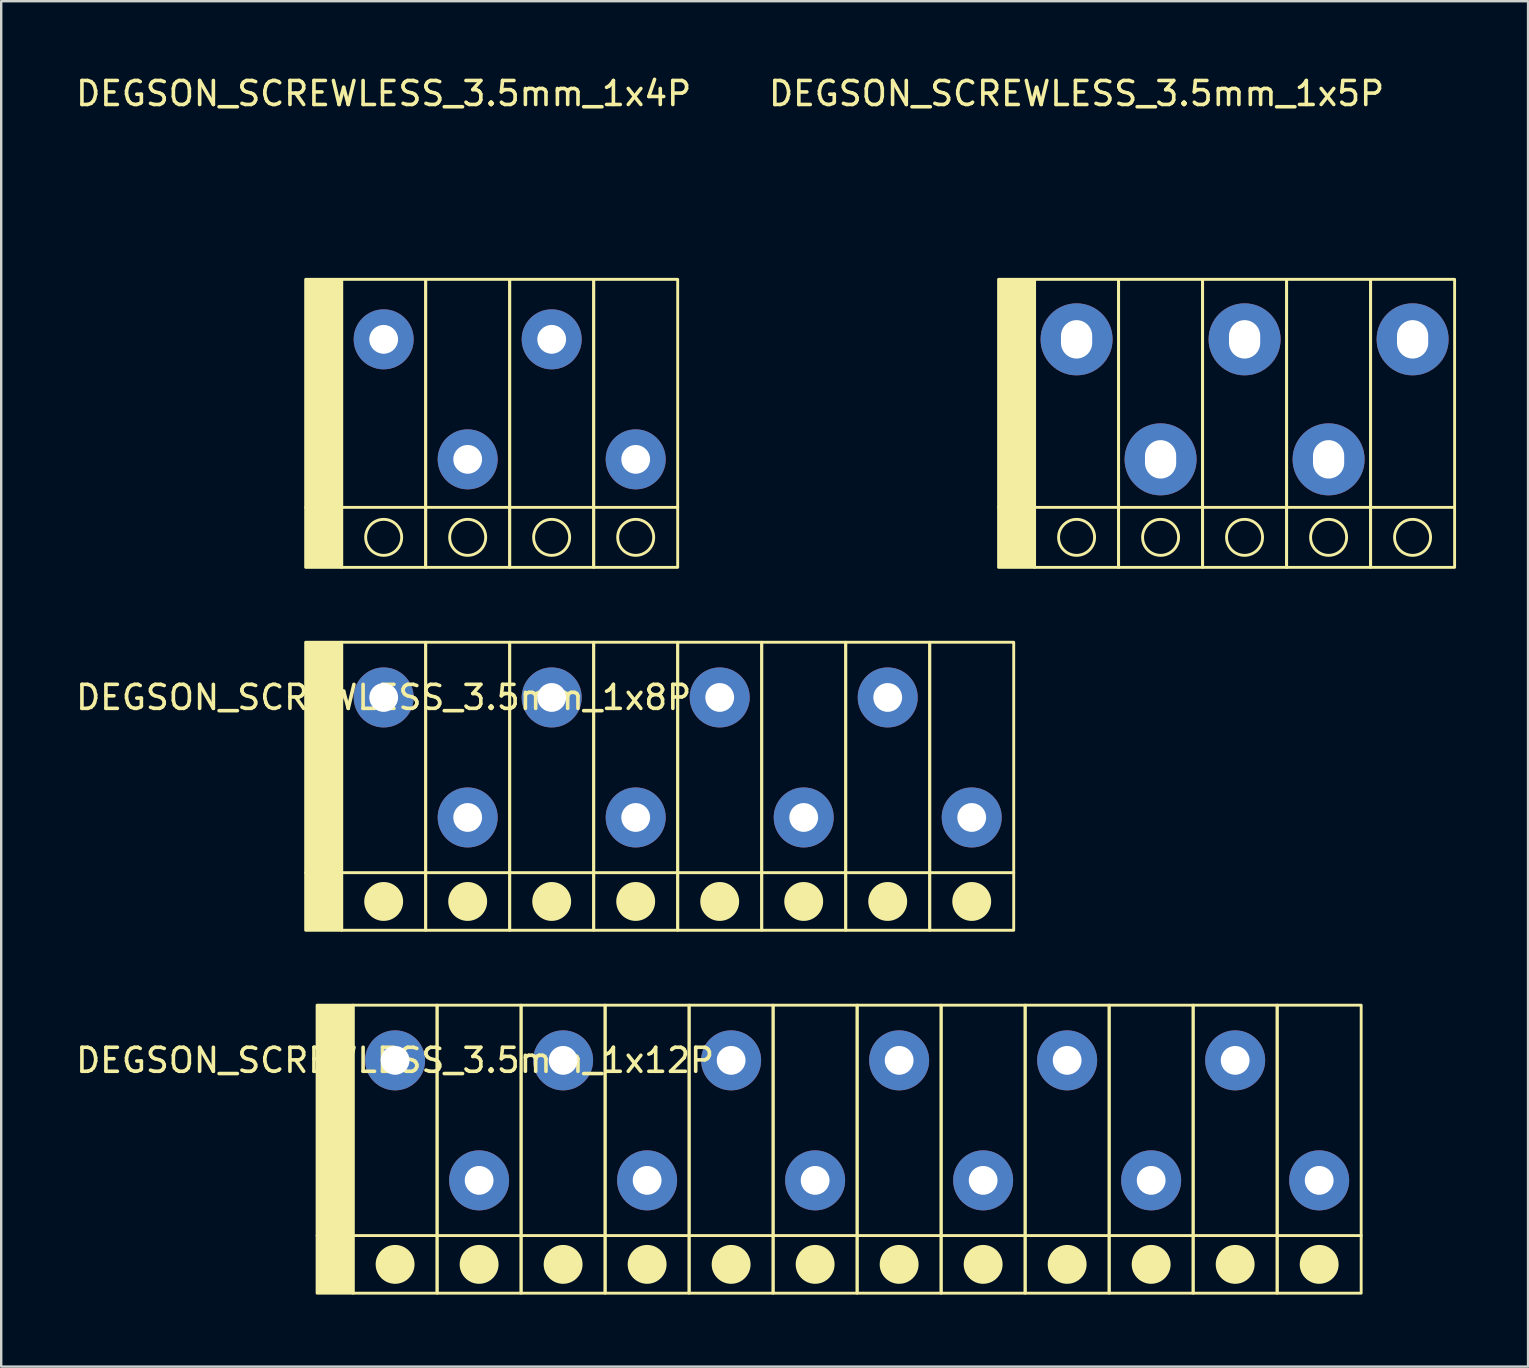
<source format=kicad_pcb>
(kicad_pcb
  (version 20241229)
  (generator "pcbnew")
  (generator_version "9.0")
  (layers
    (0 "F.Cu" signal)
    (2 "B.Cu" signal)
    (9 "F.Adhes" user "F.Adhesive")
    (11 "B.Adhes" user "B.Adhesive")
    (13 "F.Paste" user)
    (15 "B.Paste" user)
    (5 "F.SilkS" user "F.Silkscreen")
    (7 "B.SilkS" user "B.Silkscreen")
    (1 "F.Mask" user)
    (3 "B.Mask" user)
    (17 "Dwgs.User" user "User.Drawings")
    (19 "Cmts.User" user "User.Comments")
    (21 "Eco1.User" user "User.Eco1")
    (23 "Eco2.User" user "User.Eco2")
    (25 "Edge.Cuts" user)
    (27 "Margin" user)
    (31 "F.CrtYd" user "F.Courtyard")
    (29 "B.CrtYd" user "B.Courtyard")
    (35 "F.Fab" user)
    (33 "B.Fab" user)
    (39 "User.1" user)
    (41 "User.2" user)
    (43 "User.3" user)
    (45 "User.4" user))
  (footprint "DEGSON_SCREWLESS_3.5mm_1x4P"
    (layer "F.Cu")
    (at 12.935 16.088)
    (property "Reference" "DEGSON_SCREWLESS_3.5mm_1x4P" (at 0 -15.24 0) (unlocked yes) (layer "F.SilkS") (effects (font (size 1 1) (thickness 0.15))))
    (attr through_hole)
    (fp_line (start -3.25 2) (end 12.25 2) (stroke (width 0.12) (type solid)) (layer "F.SilkS"))
    (fp_rect (start -1.75 -7.5) (end -3.25 4.5) (stroke (width 0.12) (type solid)) (fill yes) (layer "F.SilkS"))
    (fp_rect (start -1.75 4.5) (end 1.75 -7.5) (stroke (width 0.12) (type solid)) (fill no) (layer "F.SilkS"))
    (fp_rect (start 5.25 -7.5) (end 1.75 4.5) (stroke (width 0.12) (type solid)) (fill no) (layer "F.SilkS"))
    (fp_rect (start 8.75 -7.5) (end 5.25 4.5) (stroke (width 0.12) (type solid)) (fill no) (layer "F.SilkS"))
    (fp_rect (start 12.25 -7.5) (end 8.75 4.5) (stroke (width 0.12) (type solid)) (fill no) (layer "F.SilkS"))
    (fp_circle (center 0 3.25) (end 0.75 3.25) (stroke (width 0.12) (type solid)) (fill no) (layer "F.SilkS"))
    (fp_circle (center 3.5 3.25) (end 4.25 3.25) (stroke (width 0.12) (type solid)) (fill no) (layer "F.SilkS"))
    (fp_circle (center 6.998 3.25) (end 7.748 3.25) (stroke (width 0.12) (type solid)) (fill no) (layer "F.SilkS"))
    (fp_circle (center 10.5 3.25) (end 11.25 3.25) (stroke (width 0.12) (type solid)) (fill no) (layer "F.SilkS"))
    (pad "1" thru_hole circle (at 0 -5 90) (size 2.5 2.5) (drill oval 1.2) (layers "*.Cu" "*.Mask"))
    (pad "2" thru_hole circle (at 3.5 0 90) (size 2.5 2.5) (drill oval 1.2) (layers "*.Cu" "*.Mask"))
    (pad "3" thru_hole circle (at 7 -5 90) (size 2.5 2.5) (drill oval 1.2) (layers "*.Cu" "*.Mask"))
    (pad "4" thru_hole circle (at 10.5 0 90) (size 2.5 2.5) (drill oval 1.2) (layers "*.Cu" "*.Mask")))
  (footprint "DEGSON_SCREWLESS_3.5mm_1x5P"
    (layer "F.Cu")
    (at 41.804 16.088)
    (property "Reference" "DEGSON_SCREWLESS_3.5mm_1x5P" (at 0 -15.24 0) (unlocked yes) (layer "F.SilkS") (effects (font (size 1 1) (thickness 0.15))))
    (attr through_hole)
    (fp_line (start -3.25 2) (end 15.75 2) (stroke (width 0.12) (type solid)) (layer "F.SilkS"))
    (fp_rect (start -1.75 -7.5) (end -3.25 4.5) (stroke (width 0.12) (type solid)) (fill yes) (layer "F.SilkS"))
    (fp_rect (start -1.75 4.5) (end 1.75 -7.5) (stroke (width 0.12) (type solid)) (fill no) (layer "F.SilkS"))
    (fp_rect (start 5.25 -7.5) (end 1.75 4.5) (stroke (width 0.12) (type solid)) (fill no) (layer "F.SilkS"))
    (fp_rect (start 8.75 -7.5) (end 5.25 4.5) (stroke (width 0.12) (type solid)) (fill no) (layer "F.SilkS"))
    (fp_rect (start 12.25 -7.5) (end 8.75 4.5) (stroke (width 0.12) (type solid)) (fill no) (layer "F.SilkS"))
    (fp_rect (start 15.75 -7.5) (end 12.25 4.5) (stroke (width 0.12) (type solid)) (fill no) (layer "F.SilkS"))
    (fp_circle (center 0 3.25) (end 0.75 3.25) (stroke (width 0.12) (type solid)) (fill no) (layer "F.SilkS"))
    (fp_circle (center 3.5 3.25) (end 4.25 3.25) (stroke (width 0.12) (type solid)) (fill no) (layer "F.SilkS"))
    (fp_circle (center 6.998 3.25) (end 7.748 3.25) (stroke (width 0.12) (type solid)) (fill no) (layer "F.SilkS"))
    (fp_circle (center 10.5 3.25) (end 11.25 3.25) (stroke (width 0.12) (type solid)) (fill no) (layer "F.SilkS"))
    (fp_circle (center 13.998 3.25) (end 14.748 3.25) (stroke (width 0.12) (type solid)) (fill no) (layer "F.SilkS"))
    (pad "1" thru_hole circle (at 0 -5 90) (size 3 3) (drill oval 1.6 1.3) (layers "*.Cu" "*.Mask"))
    (pad "2" thru_hole circle (at 3.5 0 90) (size 3 3) (drill oval 1.6 1.3) (layers "*.Cu" "*.Mask"))
    (pad "3" thru_hole circle (at 7 -5 90) (size 3 3) (drill oval 1.6 1.3) (layers "*.Cu" "*.Mask"))
    (pad "4" thru_hole circle (at 10.5 0 90) (size 3 3) (drill oval 1.6 1.3) (layers "*.Cu" "*.Mask"))
    (pad "5" thru_hole circle (at 14 -5 90) (size 3 3) (drill oval 1.6 1.3) (layers "*.Cu" "*.Mask")))
  (footprint "DEGSON_SCREWLESS_3.5mm_1x12P"
    (layer "F.Cu")
    (at 13.411 41.128)
    (property "Reference" "DEGSON_SCREWLESS_3.5mm_1x12P" (at 0 0 0) (unlocked yes) (layer "F.SilkS") (effects (font (size 1 1) (thickness 0.15))))
    (attr through_hole)
    (fp_line (start -3.25 7.3) (end 40.25 7.3) (stroke (width 0.12) (type solid)) (layer "F.SilkS"))
    (fp_rect (start -1.75 -2.3) (end -3.25 9.7) (stroke (width 0.12) (type solid)) (fill yes) (layer "F.SilkS"))
    (fp_rect (start -1.75 9.7) (end 1.75 -2.3) (stroke (width 0.12) (type solid)) (fill no) (layer "F.SilkS"))
    (fp_rect (start 5.25 -2.3) (end 1.75 9.7) (stroke (width 0.12) (type solid)) (fill no) (layer "F.SilkS"))
    (fp_rect (start 8.75 -2.3) (end 5.25 9.7) (stroke (width 0.12) (type solid)) (fill no) (layer "F.SilkS"))
    (fp_rect (start 12.25 -2.3) (end 8.75 9.7) (stroke (width 0.12) (type solid)) (fill no) (layer "F.SilkS"))
    (fp_rect (start 12.25 9.7) (end 15.75 -2.3) (stroke (width 0.12) (type solid)) (fill no) (layer "F.SilkS"))
    (fp_rect (start 19.25 -2.3) (end 15.75 9.7) (stroke (width 0.12) (type solid)) (fill no) (layer "F.SilkS"))
    (fp_rect (start 22.75 -2.3) (end 19.25 9.7) (stroke (width 0.12) (type solid)) (fill no) (layer "F.SilkS"))
    (fp_rect (start 26.25 -2.3) (end 22.75 9.7) (stroke (width 0.12) (type solid)) (fill no) (layer "F.SilkS"))
    (fp_rect (start 26.25 9.7) (end 29.75 -2.3) (stroke (width 0.12) (type solid)) (fill no) (layer "F.SilkS"))
    (fp_rect (start 33.25 -2.3) (end 29.75 9.7) (stroke (width 0.12) (type solid)) (fill no) (layer "F.SilkS"))
    (fp_rect (start 36.75 -2.3) (end 33.25 9.7) (stroke (width 0.12) (type solid)) (fill no) (layer "F.SilkS"))
    (fp_rect (start 40.25 -2.3) (end 36.75 9.7) (stroke (width 0.12) (type solid)) (fill no) (layer "F.SilkS"))
    (fp_circle (center 0 8.5) (end 0.75 8.5) (stroke (width 0.12) (type solid)) (fill yes) (layer "F.SilkS"))
    (fp_circle (center 3.5 8.5) (end 4.25 8.5) (stroke (width 0.12) (type solid)) (fill yes) (layer "F.SilkS"))
    (fp_circle (center 7 8.5) (end 7.75 8.5) (stroke (width 0.12) (type solid)) (fill yes) (layer "F.SilkS"))
    (fp_circle (center 10.5 8.5) (end 11.25 8.5) (stroke (width 0.12) (type solid)) (fill yes) (layer "F.SilkS"))
    (fp_circle (center 14 8.5) (end 14.75 8.5) (stroke (width 0.12) (type solid)) (fill yes) (layer "F.SilkS"))
    (fp_circle (center 17.5 8.5) (end 18.25 8.5) (stroke (width 0.12) (type solid)) (fill yes) (layer "F.SilkS"))
    (fp_circle (center 21 8.5) (end 21.75 8.5) (stroke (width 0.12) (type solid)) (fill yes) (layer "F.SilkS"))
    (fp_circle (center 24.5 8.5) (end 25.25 8.5) (stroke (width 0.12) (type solid)) (fill yes) (layer "F.SilkS"))
    (fp_circle (center 28 8.5) (end 28.75 8.5) (stroke (width 0.12) (type solid)) (fill yes) (layer "F.SilkS"))
    (fp_circle (center 31.5 8.5) (end 32.25 8.5) (stroke (width 0.12) (type solid)) (fill yes) (layer "F.SilkS"))
    (fp_circle (center 35 8.5) (end 35.75 8.5) (stroke (width 0.12) (type solid)) (fill yes) (layer "F.SilkS"))
    (fp_circle (center 38.5 8.5) (end 39.25 8.5) (stroke (width 0.12) (type solid)) (fill yes) (layer "F.SilkS"))
    (pad "1" thru_hole circle (at 0 0 90) (size 2.5 2.5) (drill oval 1.2) (layers "*.Cu" "*.Mask"))
    (pad "2" thru_hole circle (at 3.5 5 90) (size 2.5 2.5) (drill oval 1.2) (layers "*.Cu" "*.Mask"))
    (pad "3" thru_hole circle (at 7 0 90) (size 2.5 2.5) (drill oval 1.2) (layers "*.Cu" "*.Mask"))
    (pad "4" thru_hole circle (at 10.5 5 90) (size 2.5 2.5) (drill oval 1.2) (layers "*.Cu" "*.Mask"))
    (pad "5" thru_hole circle (at 14 0 90) (size 2.5 2.5) (drill oval 1.2) (layers "*.Cu" "*.Mask"))
    (pad "6" thru_hole circle (at 17.5 5 90) (size 2.5 2.5) (drill oval 1.2) (layers "*.Cu" "*.Mask"))
    (pad "7" thru_hole circle (at 21 0 90) (size 2.5 2.5) (drill oval 1.2) (layers "*.Cu" "*.Mask"))
    (pad "8" thru_hole circle (at 24.5 5 90) (size 2.5 2.5) (drill oval 1.2) (layers "*.Cu" "*.Mask"))
    (pad "9" thru_hole circle (at 28 0 90) (size 2.5 2.5) (drill oval 1.2) (layers "*.Cu" "*.Mask"))
    (pad "10" thru_hole circle (at 31.5 5 90) (size 2.5 2.5) (drill oval 1.2) (layers "*.Cu" "*.Mask"))
    (pad "11" thru_hole circle (at 35 0 90) (size 2.5 2.5) (drill oval 1.2) (layers "*.Cu" "*.Mask"))
    (pad "12" thru_hole circle (at 38.5 5 90) (size 2.5 2.5) (drill oval 1.2) (layers "*.Cu" "*.Mask")))
  (footprint "DEGSON_SCREWLESS_3.5mm_1x8P"
    (layer "F.Cu")
    (at 12.935 26.008)
    (property "Reference" "DEGSON_SCREWLESS_3.5mm_1x8P" (at 0 0 0) (unlocked yes) (layer "F.SilkS") (effects (font (size 1 1) (thickness 0.15))))
    (attr through_hole)
    (fp_line (start -3.25 7.3) (end 26.25 7.3) (stroke (width 0.12) (type solid)) (layer "F.SilkS"))
    (fp_rect (start -1.75 -2.3) (end -3.25 9.7) (stroke (width 0.12) (type solid)) (fill yes) (layer "F.SilkS"))
    (fp_rect (start -1.75 9.7) (end 1.75 -2.3) (stroke (width 0.12) (type solid)) (fill no) (layer "F.SilkS"))
    (fp_rect (start 5.25 -2.3) (end 1.75 9.7) (stroke (width 0.12) (type solid)) (fill no) (layer "F.SilkS"))
    (fp_rect (start 8.75 -2.3) (end 5.25 9.7) (stroke (width 0.12) (type solid)) (fill no) (layer "F.SilkS"))
    (fp_rect (start 12.25 -2.3) (end 8.75 9.7) (stroke (width 0.12) (type solid)) (fill no) (layer "F.SilkS"))
    (fp_rect (start 12.25 9.7) (end 15.75 -2.3) (stroke (width 0.12) (type solid)) (fill no) (layer "F.SilkS"))
    (fp_rect (start 19.25 -2.3) (end 15.75 9.7) (stroke (width 0.12) (type solid)) (fill no) (layer "F.SilkS"))
    (fp_rect (start 22.75 -2.3) (end 19.25 9.7) (stroke (width 0.12) (type solid)) (fill no) (layer "F.SilkS"))
    (fp_rect (start 26.25 -2.3) (end 22.75 9.7) (stroke (width 0.12) (type solid)) (fill no) (layer "F.SilkS"))
    (fp_circle (center 0 8.5) (end 0.75 8.5) (stroke (width 0.12) (type solid)) (fill yes) (layer "F.SilkS"))
    (fp_circle (center 3.5 8.5) (end 4.25 8.5) (stroke (width 0.12) (type solid)) (fill yes) (layer "F.SilkS"))
    (fp_circle (center 7 8.5) (end 7.75 8.5) (stroke (width 0.12) (type solid)) (fill yes) (layer "F.SilkS"))
    (fp_circle (center 10.5 8.5) (end 11.25 8.5) (stroke (width 0.12) (type solid)) (fill yes) (layer "F.SilkS"))
    (fp_circle (center 14 8.5) (end 14.75 8.5) (stroke (width 0.12) (type solid)) (fill yes) (layer "F.SilkS"))
    (fp_circle (center 17.5 8.5) (end 18.25 8.5) (stroke (width 0.12) (type solid)) (fill yes) (layer "F.SilkS"))
    (fp_circle (center 21 8.5) (end 21.75 8.5) (stroke (width 0.12) (type solid)) (fill yes) (layer "F.SilkS"))
    (fp_circle (center 24.5 8.5) (end 25.25 8.5) (stroke (width 0.12) (type solid)) (fill yes) (layer "F.SilkS"))
    (pad "1" thru_hole circle (at 0 0 90) (size 2.5 2.5) (drill oval 1.2) (layers "*.Cu" "*.Mask"))
    (pad "2" thru_hole circle (at 3.5 5 90) (size 2.5 2.5) (drill oval 1.2) (layers "*.Cu" "*.Mask"))
    (pad "3" thru_hole circle (at 7 0 90) (size 2.5 2.5) (drill oval 1.2) (layers "*.Cu" "*.Mask"))
    (pad "4" thru_hole circle (at 10.5 5 90) (size 2.5 2.5) (drill oval 1.2) (layers "*.Cu" "*.Mask"))
    (pad "5" thru_hole circle (at 14 0 90) (size 2.5 2.5) (drill oval 1.2) (layers "*.Cu" "*.Mask"))
    (pad "6" thru_hole circle (at 17.5 5 90) (size 2.5 2.5) (drill oval 1.2) (layers "*.Cu" "*.Mask"))
    (pad "7" thru_hole circle (at 21 0 90) (size 2.5 2.5) (drill oval 1.2) (layers "*.Cu" "*.Mask"))
    (pad "8" thru_hole circle (at 24.5 5 90) (size 2.5 2.5) (drill oval 1.2) (layers "*.Cu" "*.Mask")))
  (gr_rect
    (start -3 -3)
    (end 60.614 53.888)
    (stroke (width 0.1) (type default))
    (fill no)
    (layer "Edge.Cuts")))
</source>
